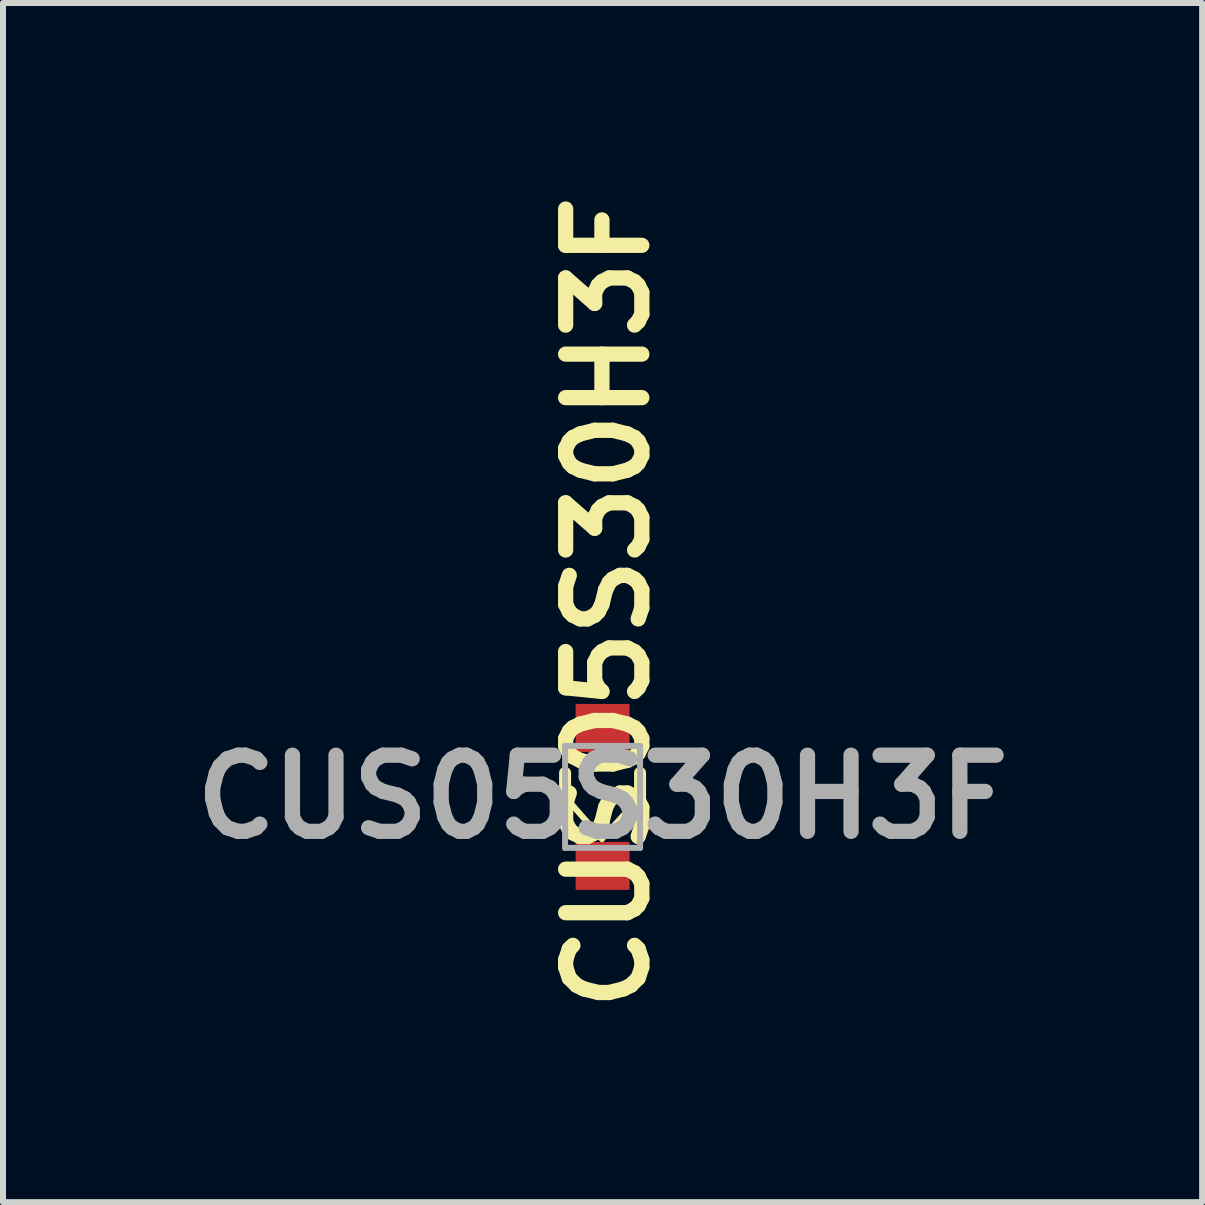
<source format=kicad_pcb>
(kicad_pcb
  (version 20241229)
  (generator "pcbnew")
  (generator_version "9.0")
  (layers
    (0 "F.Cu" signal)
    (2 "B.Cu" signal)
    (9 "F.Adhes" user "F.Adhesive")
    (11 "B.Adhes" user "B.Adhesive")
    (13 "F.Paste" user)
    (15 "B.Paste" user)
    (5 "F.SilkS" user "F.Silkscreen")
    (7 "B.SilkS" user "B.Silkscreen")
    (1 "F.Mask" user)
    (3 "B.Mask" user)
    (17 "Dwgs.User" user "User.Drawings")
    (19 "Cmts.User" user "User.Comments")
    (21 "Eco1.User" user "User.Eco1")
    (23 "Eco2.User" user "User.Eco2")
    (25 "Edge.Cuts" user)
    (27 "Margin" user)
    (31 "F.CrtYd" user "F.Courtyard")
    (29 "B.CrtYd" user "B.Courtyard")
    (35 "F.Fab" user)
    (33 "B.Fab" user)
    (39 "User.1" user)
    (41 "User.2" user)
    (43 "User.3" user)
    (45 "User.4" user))
  (footprint "CUS05S30H3F"
    (layer "F.Cu")
    (at 6.997 10.237)
    (property "Reference" "CUS05S30H3F" (at 0.08 -3.24 90) (layer "F.SilkS") (effects (font (size 1.27 1.27) (thickness 0.254))))
    (attr smd)
    (fp_line (start -0.625 -0.4) (end -0.625 0.4) (stroke (width 0.2) (type solid)) (layer "F.SilkS"))
    (fp_line (start -0.625 0) (end -0.01 0.7) (stroke (width 0.1) (type default)) (layer "F.SilkS"))
    (fp_line (start -0.01 0.7) (end 0.625 0) (stroke (width 0.1) (type default)) (layer "F.SilkS"))
    (fp_line (start 0.625 -0.4) (end 0.625 0.4) (stroke (width 0.2) (type solid)) (layer "F.SilkS"))
    (fp_line (start -0.625 -0.85) (end -0.625 0.85) (stroke (width 0.1) (type solid)) (layer "F.Fab"))
    (fp_line (start -0.625 0.85) (end 0.625 0.85) (stroke (width 0.1) (type solid)) (layer "F.Fab"))
    (fp_line (start 0.625 -0.85) (end -0.625 -0.85) (stroke (width 0.1) (type solid)) (layer "F.Fab"))
    (fp_line (start 0.625 0.85) (end 0.625 -0.85) (stroke (width 0.1) (type solid)) (layer "F.Fab"))
    (fp_text user "${REFERENCE}" (at 0 0 0) (layer "F.Fab") (effects (font (size 1.27 1.27) (thickness 0.254))))
    (pad "1" smd rect (at 0 1.15 90) (size 0.8 0.9) (layers "F.Cu" "F.Mask" "F.Paste"))
    (pad "2" smd rect (at 0 -1.15 90) (size 0.8 0.9) (layers "F.Cu" "F.Mask" "F.Paste")))
  (gr_rect
    (start -3 -3)
    (end 16.994 16.994)
    (stroke (width 0.1) (type default))
    (fill no)
    (layer "Edge.Cuts")))
</source>
